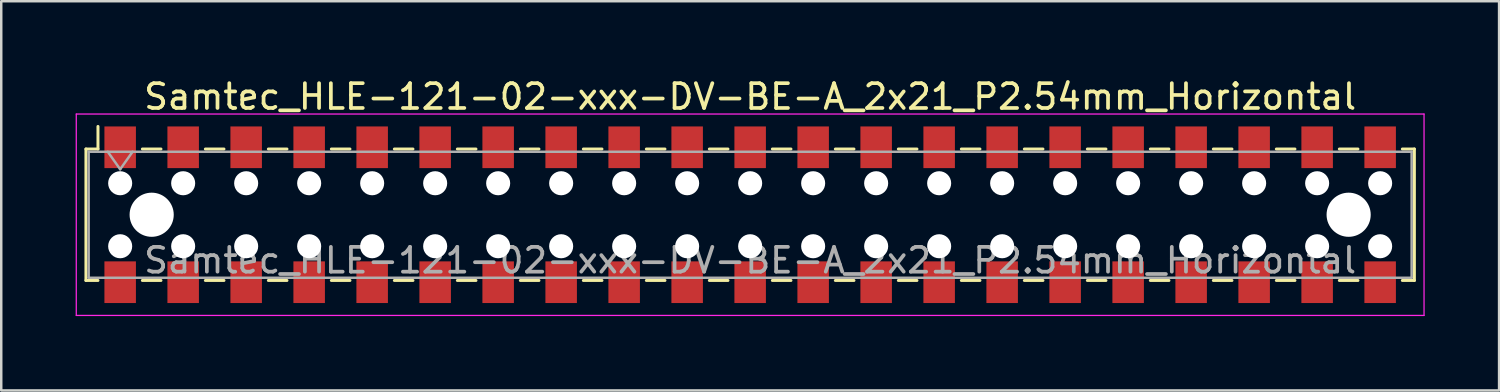
<source format=kicad_pcb>
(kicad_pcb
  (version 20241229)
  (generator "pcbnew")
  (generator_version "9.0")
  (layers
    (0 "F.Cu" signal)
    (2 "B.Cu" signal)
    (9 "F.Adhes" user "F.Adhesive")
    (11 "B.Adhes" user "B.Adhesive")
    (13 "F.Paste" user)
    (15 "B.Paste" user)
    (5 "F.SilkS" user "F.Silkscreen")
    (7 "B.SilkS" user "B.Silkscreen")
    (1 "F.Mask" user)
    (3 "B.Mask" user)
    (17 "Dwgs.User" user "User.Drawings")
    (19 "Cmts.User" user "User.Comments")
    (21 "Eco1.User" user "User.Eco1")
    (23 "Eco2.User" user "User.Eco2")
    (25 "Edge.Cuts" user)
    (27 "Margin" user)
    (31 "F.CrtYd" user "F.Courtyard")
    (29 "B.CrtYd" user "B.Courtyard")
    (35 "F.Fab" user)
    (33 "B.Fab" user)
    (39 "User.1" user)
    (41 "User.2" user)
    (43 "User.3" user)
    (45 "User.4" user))
  (footprint "Samtec_HLE-121-02-xxx-DV-BE-A_2x21_P2.54mm_Horizontal"
    (layer "F.Cu")
    (at 27.195 5.608)
    (property "Reference" "Samtec_HLE-121-02-xxx-DV-BE-A_2x21_P2.54mm_Horizontal" (at 0 -4.76 0) (layer "F.SilkS") (effects (font (size 1 1) (thickness 0.15))))
    (attr smd)
    (fp_line (start -26.78 -2.65) (end -26.78 2.65) (stroke (width 0.12) (type solid)) (layer "F.SilkS"))
    (fp_line (start -26.78 2.65) (end -26.295 2.65) (stroke (width 0.12) (type solid)) (layer "F.SilkS"))
    (fp_line (start -26.295 -3.56) (end -26.295 -2.65) (stroke (width 0.12) (type solid)) (layer "F.SilkS"))
    (fp_line (start -26.295 -2.65) (end -26.78 -2.65) (stroke (width 0.12) (type solid)) (layer "F.SilkS"))
    (fp_line (start -24.505 -2.65) (end -23.755 -2.65) (stroke (width 0.12) (type solid)) (layer "F.SilkS"))
    (fp_line (start -24.505 2.65) (end -23.755 2.65) (stroke (width 0.12) (type solid)) (layer "F.SilkS"))
    (fp_line (start -21.965 -2.65) (end -21.215 -2.65) (stroke (width 0.12) (type solid)) (layer "F.SilkS"))
    (fp_line (start -21.965 2.65) (end -21.215 2.65) (stroke (width 0.12) (type solid)) (layer "F.SilkS"))
    (fp_line (start -19.425 -2.65) (end -18.675 -2.65) (stroke (width 0.12) (type solid)) (layer "F.SilkS"))
    (fp_line (start -19.425 2.65) (end -18.675 2.65) (stroke (width 0.12) (type solid)) (layer "F.SilkS"))
    (fp_line (start -16.885 -2.65) (end -16.135 -2.65) (stroke (width 0.12) (type solid)) (layer "F.SilkS"))
    (fp_line (start -16.885 2.65) (end -16.135 2.65) (stroke (width 0.12) (type solid)) (layer "F.SilkS"))
    (fp_line (start -14.345 -2.65) (end -13.595 -2.65) (stroke (width 0.12) (type solid)) (layer "F.SilkS"))
    (fp_line (start -14.345 2.65) (end -13.595 2.65) (stroke (width 0.12) (type solid)) (layer "F.SilkS"))
    (fp_line (start -11.805 -2.65) (end -11.055 -2.65) (stroke (width 0.12) (type solid)) (layer "F.SilkS"))
    (fp_line (start -11.805 2.65) (end -11.055 2.65) (stroke (width 0.12) (type solid)) (layer "F.SilkS"))
    (fp_line (start -9.265 -2.65) (end -8.515 -2.65) (stroke (width 0.12) (type solid)) (layer "F.SilkS"))
    (fp_line (start -9.265 2.65) (end -8.515 2.65) (stroke (width 0.12) (type solid)) (layer "F.SilkS"))
    (fp_line (start -6.725 -2.65) (end -5.975 -2.65) (stroke (width 0.12) (type solid)) (layer "F.SilkS"))
    (fp_line (start -6.725 2.65) (end -5.975 2.65) (stroke (width 0.12) (type solid)) (layer "F.SilkS"))
    (fp_line (start -4.185 -2.65) (end -3.435 -2.65) (stroke (width 0.12) (type solid)) (layer "F.SilkS"))
    (fp_line (start -4.185 2.65) (end -3.435 2.65) (stroke (width 0.12) (type solid)) (layer "F.SilkS"))
    (fp_line (start -1.645 -2.65) (end -0.895 -2.65) (stroke (width 0.12) (type solid)) (layer "F.SilkS"))
    (fp_line (start -1.645 2.65) (end -0.895 2.65) (stroke (width 0.12) (type solid)) (layer "F.SilkS"))
    (fp_line (start 0.895 -2.65) (end 1.645 -2.65) (stroke (width 0.12) (type solid)) (layer "F.SilkS"))
    (fp_line (start 0.895 2.65) (end 1.645 2.65) (stroke (width 0.12) (type solid)) (layer "F.SilkS"))
    (fp_line (start 3.435 -2.65) (end 4.185 -2.65) (stroke (width 0.12) (type solid)) (layer "F.SilkS"))
    (fp_line (start 3.435 2.65) (end 4.185 2.65) (stroke (width 0.12) (type solid)) (layer "F.SilkS"))
    (fp_line (start 5.975 -2.65) (end 6.725 -2.65) (stroke (width 0.12) (type solid)) (layer "F.SilkS"))
    (fp_line (start 5.975 2.65) (end 6.725 2.65) (stroke (width 0.12) (type solid)) (layer "F.SilkS"))
    (fp_line (start 8.515 -2.65) (end 9.265 -2.65) (stroke (width 0.12) (type solid)) (layer "F.SilkS"))
    (fp_line (start 8.515 2.65) (end 9.265 2.65) (stroke (width 0.12) (type solid)) (layer "F.SilkS"))
    (fp_line (start 11.055 -2.65) (end 11.805 -2.65) (stroke (width 0.12) (type solid)) (layer "F.SilkS"))
    (fp_line (start 11.055 2.65) (end 11.805 2.65) (stroke (width 0.12) (type solid)) (layer "F.SilkS"))
    (fp_line (start 13.595 -2.65) (end 14.345 -2.65) (stroke (width 0.12) (type solid)) (layer "F.SilkS"))
    (fp_line (start 13.595 2.65) (end 14.345 2.65) (stroke (width 0.12) (type solid)) (layer "F.SilkS"))
    (fp_line (start 16.135 -2.65) (end 16.885 -2.65) (stroke (width 0.12) (type solid)) (layer "F.SilkS"))
    (fp_line (start 16.135 2.65) (end 16.885 2.65) (stroke (width 0.12) (type solid)) (layer "F.SilkS"))
    (fp_line (start 18.675 -2.65) (end 19.425 -2.65) (stroke (width 0.12) (type solid)) (layer "F.SilkS"))
    (fp_line (start 18.675 2.65) (end 19.425 2.65) (stroke (width 0.12) (type solid)) (layer "F.SilkS"))
    (fp_line (start 21.215 -2.65) (end 21.965 -2.65) (stroke (width 0.12) (type solid)) (layer "F.SilkS"))
    (fp_line (start 21.215 2.65) (end 21.965 2.65) (stroke (width 0.12) (type solid)) (layer "F.SilkS"))
    (fp_line (start 23.755 -2.65) (end 24.505 -2.65) (stroke (width 0.12) (type solid)) (layer "F.SilkS"))
    (fp_line (start 23.755 2.65) (end 24.505 2.65) (stroke (width 0.12) (type solid)) (layer "F.SilkS"))
    (fp_line (start 26.295 -2.65) (end 26.78 -2.65) (stroke (width 0.12) (type solid)) (layer "F.SilkS"))
    (fp_line (start 26.78 -2.65) (end 26.78 2.65) (stroke (width 0.12) (type solid)) (layer "F.SilkS"))
    (fp_line (start 26.78 2.65) (end 26.295 2.65) (stroke (width 0.12) (type solid)) (layer "F.SilkS"))
    (fp_line (start -27.17 -4.06) (end 27.17 -4.06) (stroke (width 0.05) (type solid)) (layer "F.CrtYd"))
    (fp_line (start -27.17 4.06) (end -27.17 -4.06) (stroke (width 0.05) (type solid)) (layer "F.CrtYd"))
    (fp_line (start 27.17 -4.06) (end 27.17 4.06) (stroke (width 0.05) (type solid)) (layer "F.CrtYd"))
    (fp_line (start 27.17 4.06) (end -27.17 4.06) (stroke (width 0.05) (type solid)) (layer "F.CrtYd"))
    (fp_line (start -26.67 -2.54) (end 26.67 -2.54) (stroke (width 0.1) (type solid)) (layer "F.Fab"))
    (fp_line (start -26.67 2.54) (end -26.67 -2.54) (stroke (width 0.1) (type solid)) (layer "F.Fab"))
    (fp_line (start -25.9 -2.54) (end -25.4 -1.833) (stroke (width 0.1) (type solid)) (layer "F.Fab"))
    (fp_line (start -25.4 -1.833) (end -24.9 -2.54) (stroke (width 0.1) (type solid)) (layer "F.Fab"))
    (fp_line (start 26.67 -2.54) (end 26.67 2.54) (stroke (width 0.1) (type solid)) (layer "F.Fab"))
    (fp_line (start 26.67 2.54) (end -26.67 2.54) (stroke (width 0.1) (type solid)) (layer "F.Fab"))
    (fp_text user "${REFERENCE}" (at 0 1.84 0) (layer "F.Fab") (effects (font (size 1 1) (thickness 0.15))))
    (pad "" np_thru_hole circle (at -25.4 -1.27) (size 0.97 0.97) (drill 0.97) (layers "*.Cu" "*.Mask"))
    (pad "" np_thru_hole circle (at -25.4 1.27) (size 0.97 0.97) (drill 0.97) (layers "*.Cu" "*.Mask"))
    (pad "" np_thru_hole circle (at -24.13 0) (size 1.78 1.78) (drill 1.78) (layers "*.Cu" "*.Mask"))
    (pad "" np_thru_hole circle (at -22.86 -1.27) (size 0.97 0.97) (drill 0.97) (layers "*.Cu" "*.Mask"))
    (pad "" np_thru_hole circle (at -22.86 1.27) (size 0.97 0.97) (drill 0.97) (layers "*.Cu" "*.Mask"))
    (pad "" np_thru_hole circle (at -20.32 -1.27) (size 0.97 0.97) (drill 0.97) (layers "*.Cu" "*.Mask"))
    (pad "" np_thru_hole circle (at -20.32 1.27) (size 0.97 0.97) (drill 0.97) (layers "*.Cu" "*.Mask"))
    (pad "" np_thru_hole circle (at -17.78 -1.27) (size 0.97 0.97) (drill 0.97) (layers "*.Cu" "*.Mask"))
    (pad "" np_thru_hole circle (at -17.78 1.27) (size 0.97 0.97) (drill 0.97) (layers "*.Cu" "*.Mask"))
    (pad "" np_thru_hole circle (at -15.24 -1.27) (size 0.97 0.97) (drill 0.97) (layers "*.Cu" "*.Mask"))
    (pad "" np_thru_hole circle (at -15.24 1.27) (size 0.97 0.97) (drill 0.97) (layers "*.Cu" "*.Mask"))
    (pad "" np_thru_hole circle (at -12.7 -1.27) (size 0.97 0.97) (drill 0.97) (layers "*.Cu" "*.Mask"))
    (pad "" np_thru_hole circle (at -12.7 1.27) (size 0.97 0.97) (drill 0.97) (layers "*.Cu" "*.Mask"))
    (pad "" np_thru_hole circle (at -10.16 -1.27) (size 0.97 0.97) (drill 0.97) (layers "*.Cu" "*.Mask"))
    (pad "" np_thru_hole circle (at -10.16 1.27) (size 0.97 0.97) (drill 0.97) (layers "*.Cu" "*.Mask"))
    (pad "" np_thru_hole circle (at -7.62 -1.27) (size 0.97 0.97) (drill 0.97) (layers "*.Cu" "*.Mask"))
    (pad "" np_thru_hole circle (at -7.62 1.27) (size 0.97 0.97) (drill 0.97) (layers "*.Cu" "*.Mask"))
    (pad "" np_thru_hole circle (at -5.08 -1.27) (size 0.97 0.97) (drill 0.97) (layers "*.Cu" "*.Mask"))
    (pad "" np_thru_hole circle (at -5.08 1.27) (size 0.97 0.97) (drill 0.97) (layers "*.Cu" "*.Mask"))
    (pad "" np_thru_hole circle (at -2.54 -1.27) (size 0.97 0.97) (drill 0.97) (layers "*.Cu" "*.Mask"))
    (pad "" np_thru_hole circle (at -2.54 1.27) (size 0.97 0.97) (drill 0.97) (layers "*.Cu" "*.Mask"))
    (pad "" np_thru_hole circle (at 0 -1.27) (size 0.97 0.97) (drill 0.97) (layers "*.Cu" "*.Mask"))
    (pad "" np_thru_hole circle (at 0 1.27) (size 0.97 0.97) (drill 0.97) (layers "*.Cu" "*.Mask"))
    (pad "" np_thru_hole circle (at 2.54 -1.27) (size 0.97 0.97) (drill 0.97) (layers "*.Cu" "*.Mask"))
    (pad "" np_thru_hole circle (at 2.54 1.27) (size 0.97 0.97) (drill 0.97) (layers "*.Cu" "*.Mask"))
    (pad "" np_thru_hole circle (at 5.08 -1.27) (size 0.97 0.97) (drill 0.97) (layers "*.Cu" "*.Mask"))
    (pad "" np_thru_hole circle (at 5.08 1.27) (size 0.97 0.97) (drill 0.97) (layers "*.Cu" "*.Mask"))
    (pad "" np_thru_hole circle (at 7.62 -1.27) (size 0.97 0.97) (drill 0.97) (layers "*.Cu" "*.Mask"))
    (pad "" np_thru_hole circle (at 7.62 1.27) (size 0.97 0.97) (drill 0.97) (layers "*.Cu" "*.Mask"))
    (pad "" np_thru_hole circle (at 10.16 -1.27) (size 0.97 0.97) (drill 0.97) (layers "*.Cu" "*.Mask"))
    (pad "" np_thru_hole circle (at 10.16 1.27) (size 0.97 0.97) (drill 0.97) (layers "*.Cu" "*.Mask"))
    (pad "" np_thru_hole circle (at 12.7 -1.27) (size 0.97 0.97) (drill 0.97) (layers "*.Cu" "*.Mask"))
    (pad "" np_thru_hole circle (at 12.7 1.27) (size 0.97 0.97) (drill 0.97) (layers "*.Cu" "*.Mask"))
    (pad "" np_thru_hole circle (at 15.24 -1.27) (size 0.97 0.97) (drill 0.97) (layers "*.Cu" "*.Mask"))
    (pad "" np_thru_hole circle (at 15.24 1.27) (size 0.97 0.97) (drill 0.97) (layers "*.Cu" "*.Mask"))
    (pad "" np_thru_hole circle (at 17.78 -1.27) (size 0.97 0.97) (drill 0.97) (layers "*.Cu" "*.Mask"))
    (pad "" np_thru_hole circle (at 17.78 1.27) (size 0.97 0.97) (drill 0.97) (layers "*.Cu" "*.Mask"))
    (pad "" np_thru_hole circle (at 20.32 -1.27) (size 0.97 0.97) (drill 0.97) (layers "*.Cu" "*.Mask"))
    (pad "" np_thru_hole circle (at 20.32 1.27) (size 0.97 0.97) (drill 0.97) (layers "*.Cu" "*.Mask"))
    (pad "" np_thru_hole circle (at 22.86 -1.27) (size 0.97 0.97) (drill 0.97) (layers "*.Cu" "*.Mask"))
    (pad "" np_thru_hole circle (at 22.86 1.27) (size 0.97 0.97) (drill 0.97) (layers "*.Cu" "*.Mask"))
    (pad "" np_thru_hole circle (at 24.13 0) (size 1.78 1.78) (drill 1.78) (layers "*.Cu" "*.Mask"))
    (pad "" np_thru_hole circle (at 25.4 -1.27) (size 0.97 0.97) (drill 0.97) (layers "*.Cu" "*.Mask"))
    (pad "" np_thru_hole circle (at 25.4 1.27) (size 0.97 0.97) (drill 0.97) (layers "*.Cu" "*.Mask"))
    (pad "1" smd rect (at -25.4 -2.72) (size 1.27 1.68) (layers "F.Cu" "F.Mask" "F.Paste"))
    (pad "2" smd rect (at -25.4 2.72) (size 1.27 1.68) (layers "F.Cu" "F.Mask" "F.Paste"))
    (pad "3" smd rect (at -22.86 -2.72) (size 1.27 1.68) (layers "F.Cu" "F.Mask" "F.Paste"))
    (pad "4" smd rect (at -22.86 2.72) (size 1.27 1.68) (layers "F.Cu" "F.Mask" "F.Paste"))
    (pad "5" smd rect (at -20.32 -2.72) (size 1.27 1.68) (layers "F.Cu" "F.Mask" "F.Paste"))
    (pad "6" smd rect (at -20.32 2.72) (size 1.27 1.68) (layers "F.Cu" "F.Mask" "F.Paste"))
    (pad "7" smd rect (at -17.78 -2.72) (size 1.27 1.68) (layers "F.Cu" "F.Mask" "F.Paste"))
    (pad "8" smd rect (at -17.78 2.72) (size 1.27 1.68) (layers "F.Cu" "F.Mask" "F.Paste"))
    (pad "9" smd rect (at -15.24 -2.72) (size 1.27 1.68) (layers "F.Cu" "F.Mask" "F.Paste"))
    (pad "10" smd rect (at -15.24 2.72) (size 1.27 1.68) (layers "F.Cu" "F.Mask" "F.Paste"))
    (pad "11" smd rect (at -12.7 -2.72) (size 1.27 1.68) (layers "F.Cu" "F.Mask" "F.Paste"))
    (pad "12" smd rect (at -12.7 2.72) (size 1.27 1.68) (layers "F.Cu" "F.Mask" "F.Paste"))
    (pad "13" smd rect (at -10.16 -2.72) (size 1.27 1.68) (layers "F.Cu" "F.Mask" "F.Paste"))
    (pad "14" smd rect (at -10.16 2.72) (size 1.27 1.68) (layers "F.Cu" "F.Mask" "F.Paste"))
    (pad "15" smd rect (at -7.62 -2.72) (size 1.27 1.68) (layers "F.Cu" "F.Mask" "F.Paste"))
    (pad "16" smd rect (at -7.62 2.72) (size 1.27 1.68) (layers "F.Cu" "F.Mask" "F.Paste"))
    (pad "17" smd rect (at -5.08 -2.72) (size 1.27 1.68) (layers "F.Cu" "F.Mask" "F.Paste"))
    (pad "18" smd rect (at -5.08 2.72) (size 1.27 1.68) (layers "F.Cu" "F.Mask" "F.Paste"))
    (pad "19" smd rect (at -2.54 -2.72) (size 1.27 1.68) (layers "F.Cu" "F.Mask" "F.Paste"))
    (pad "20" smd rect (at -2.54 2.72) (size 1.27 1.68) (layers "F.Cu" "F.Mask" "F.Paste"))
    (pad "21" smd rect (at 0 -2.72) (size 1.27 1.68) (layers "F.Cu" "F.Mask" "F.Paste"))
    (pad "22" smd rect (at 0 2.72) (size 1.27 1.68) (layers "F.Cu" "F.Mask" "F.Paste"))
    (pad "23" smd rect (at 2.54 -2.72) (size 1.27 1.68) (layers "F.Cu" "F.Mask" "F.Paste"))
    (pad "24" smd rect (at 2.54 2.72) (size 1.27 1.68) (layers "F.Cu" "F.Mask" "F.Paste"))
    (pad "25" smd rect (at 5.08 -2.72) (size 1.27 1.68) (layers "F.Cu" "F.Mask" "F.Paste"))
    (pad "26" smd rect (at 5.08 2.72) (size 1.27 1.68) (layers "F.Cu" "F.Mask" "F.Paste"))
    (pad "27" smd rect (at 7.62 -2.72) (size 1.27 1.68) (layers "F.Cu" "F.Mask" "F.Paste"))
    (pad "28" smd rect (at 7.62 2.72) (size 1.27 1.68) (layers "F.Cu" "F.Mask" "F.Paste"))
    (pad "29" smd rect (at 10.16 -2.72) (size 1.27 1.68) (layers "F.Cu" "F.Mask" "F.Paste"))
    (pad "30" smd rect (at 10.16 2.72) (size 1.27 1.68) (layers "F.Cu" "F.Mask" "F.Paste"))
    (pad "31" smd rect (at 12.7 -2.72) (size 1.27 1.68) (layers "F.Cu" "F.Mask" "F.Paste"))
    (pad "32" smd rect (at 12.7 2.72) (size 1.27 1.68) (layers "F.Cu" "F.Mask" "F.Paste"))
    (pad "33" smd rect (at 15.24 -2.72) (size 1.27 1.68) (layers "F.Cu" "F.Mask" "F.Paste"))
    (pad "34" smd rect (at 15.24 2.72) (size 1.27 1.68) (layers "F.Cu" "F.Mask" "F.Paste"))
    (pad "35" smd rect (at 17.78 -2.72) (size 1.27 1.68) (layers "F.Cu" "F.Mask" "F.Paste"))
    (pad "36" smd rect (at 17.78 2.72) (size 1.27 1.68) (layers "F.Cu" "F.Mask" "F.Paste"))
    (pad "37" smd rect (at 20.32 -2.72) (size 1.27 1.68) (layers "F.Cu" "F.Mask" "F.Paste"))
    (pad "38" smd rect (at 20.32 2.72) (size 1.27 1.68) (layers "F.Cu" "F.Mask" "F.Paste"))
    (pad "39" smd rect (at 22.86 -2.72) (size 1.27 1.68) (layers "F.Cu" "F.Mask" "F.Paste"))
    (pad "40" smd rect (at 22.86 2.72) (size 1.27 1.68) (layers "F.Cu" "F.Mask" "F.Paste"))
    (pad "41" smd rect (at 25.4 -2.72) (size 1.27 1.68) (layers "F.Cu" "F.Mask" "F.Paste"))
    (pad "42" smd rect (at 25.4 2.72) (size 1.27 1.68) (layers "F.Cu" "F.Mask" "F.Paste")))
  (gr_rect
    (start -3 -3)
    (end 57.39 12.693)
    (stroke (width 0.1) (type default))
    (fill no)
    (layer "Edge.Cuts")))
</source>
